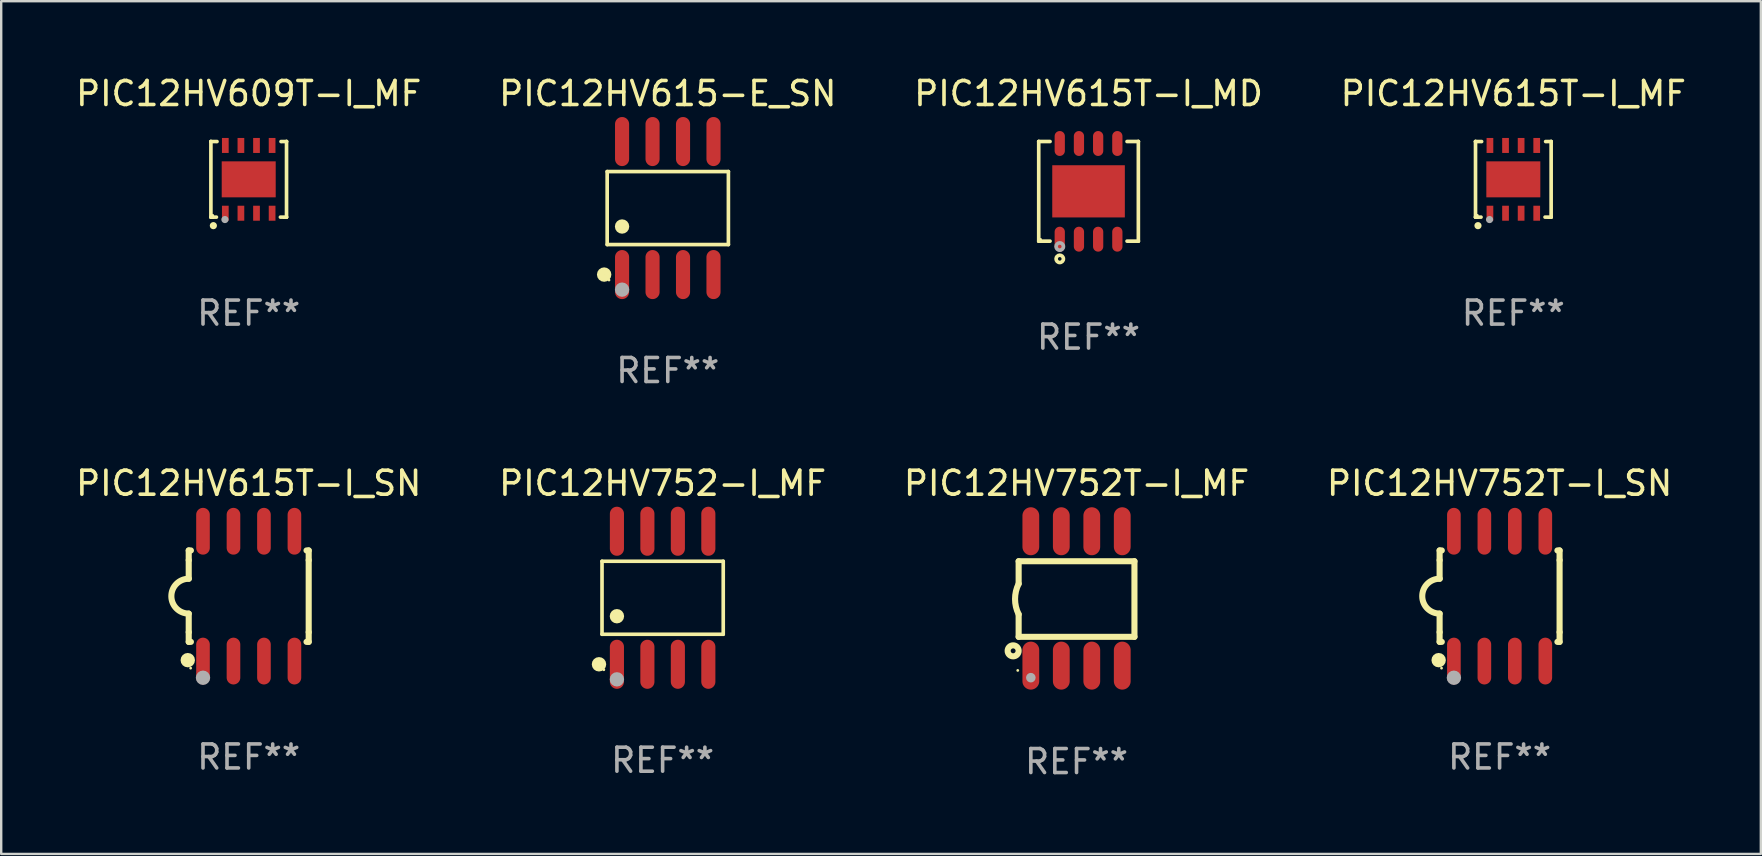
<source format=kicad_pcb>
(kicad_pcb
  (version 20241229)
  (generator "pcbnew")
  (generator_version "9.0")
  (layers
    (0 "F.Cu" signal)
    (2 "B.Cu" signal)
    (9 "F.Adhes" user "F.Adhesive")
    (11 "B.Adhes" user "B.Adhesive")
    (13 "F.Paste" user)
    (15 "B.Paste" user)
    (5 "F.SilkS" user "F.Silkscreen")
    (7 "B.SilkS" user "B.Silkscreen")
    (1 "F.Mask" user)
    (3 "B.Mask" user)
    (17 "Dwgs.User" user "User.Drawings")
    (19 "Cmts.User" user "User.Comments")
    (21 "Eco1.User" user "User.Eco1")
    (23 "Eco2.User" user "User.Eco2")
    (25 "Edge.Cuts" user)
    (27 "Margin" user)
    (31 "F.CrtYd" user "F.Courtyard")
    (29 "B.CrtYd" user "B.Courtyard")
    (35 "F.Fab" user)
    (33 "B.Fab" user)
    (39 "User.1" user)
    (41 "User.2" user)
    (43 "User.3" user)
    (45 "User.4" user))
  (footprint "PIC12HV609T-I_MF"
    (layer "F.Cu")
    (at 7.315 4.424)
    (property "Reference" "PIC12HV609T-I_MF" (at 0 -3.576 0) (layer "F.SilkS") (effects (font (size 1 1) (thickness 0.15))))
    (attr through_hole)
    (fp_line (start -1.576 -1.576) (end -1.576 -1.576) (stroke (width 0.152) (type solid)) (layer "F.SilkS"))
    (fp_line (start -1.576 -1.576) (end -1.576 1.576) (stroke (width 0.152) (type solid)) (layer "F.SilkS"))
    (fp_line (start -1.576 1.576) (end -1.576 1.576) (stroke (width 0.152) (type solid)) (layer "F.SilkS"))
    (fp_line (start -1.576 1.576) (end -1.346 1.575) (stroke (width 0.152) (type solid)) (layer "F.SilkS"))
    (fp_line (start -1.321 -1.575) (end -1.576 -1.576) (stroke (width 0.152) (type solid)) (layer "F.SilkS"))
    (fp_line (start 1.321 1.575) (end 1.576 1.576) (stroke (width 0.152) (type solid)) (layer "F.SilkS"))
    (fp_line (start 1.576 -1.576) (end 1.346 -1.575) (stroke (width 0.152) (type solid)) (layer "F.SilkS"))
    (fp_line (start 1.576 -1.576) (end 1.576 -1.576) (stroke (width 0.152) (type solid)) (layer "F.SilkS"))
    (fp_line (start 1.576 1.576) (end 1.576 -1.576) (stroke (width 0.152) (type solid)) (layer "F.SilkS"))
    (fp_line (start 1.576 1.576) (end 1.576 1.576) (stroke (width 0.152) (type solid)) (layer "F.SilkS"))
    (fp_circle (center -1.5 1.5) (end -1.47 1.5) (stroke (width 0.06) (type solid)) (fill no) (layer "F.SilkS"))
    (fp_circle (center -1.473 1.93) (end -1.398 1.93) (stroke (width 0.15) (type solid)) (fill no) (layer "F.SilkS"))
    (fp_circle (center -0.991 1.676) (end -0.916 1.676) (stroke (width 0.15) (type solid)) (fill no) (layer "F.Fab"))
    (fp_text user "REF**" (at 0 5.576 0) (layer "F.Fab") (effects (font (size 1 1) (thickness 0.15))))
    (pad "1" smd rect (at -0.975 1.412) (size 0.28 0.625) (layers "F.Cu" "F.Mask" "F.Paste"))
    (pad "2" smd rect (at -0.325 1.412) (size 0.28 0.625) (layers "F.Cu" "F.Mask" "F.Paste"))
    (pad "3" smd rect (at 0.325 1.412) (size 0.28 0.625) (layers "F.Cu" "F.Mask" "F.Paste"))
    (pad "4" smd rect (at 0.975 1.412) (size 0.28 0.625) (layers "F.Cu" "F.Mask" "F.Paste"))
    (pad "5" smd rect (at 0.975 -1.412) (size 0.28 0.625) (layers "F.Cu" "F.Mask" "F.Paste"))
    (pad "6" smd rect (at 0.325 -1.412) (size 0.28 0.625) (layers "F.Cu" "F.Mask" "F.Paste"))
    (pad "7" smd rect (at -0.325 -1.412) (size 0.28 0.625) (layers "F.Cu" "F.Mask" "F.Paste"))
    (pad "8" smd rect (at -0.975 -1.412) (size 0.28 0.625) (layers "F.Cu" "F.Mask" "F.Paste"))
    (pad "9" smd rect (at 0 0) (size 2.25 1.5) (layers "F.Cu" "F.Mask" "F.Paste")))
  (footprint "PIC12HV615T-I_SN"
    (layer "F.Cu")
    (at 7.315 21.795)
    (property "Reference" "PIC12HV615T-I_SN" (at 0 -4.705 0) (layer "F.SilkS") (effects (font (size 1 1) (thickness 0.15))))
    (attr through_hole)
    (fp_line (start -2.5 -1.905) (end -2.409 -1.905) (stroke (width 0.254) (type solid)) (layer "F.SilkS"))
    (fp_line (start -2.5 -1.5) (end -2.5 -1.905) (stroke (width 0.254) (type solid)) (layer "F.SilkS"))
    (fp_line (start -2.5 -1.5) (end -2.5 -0.726) (stroke (width 0.254) (type solid)) (layer "F.SilkS"))
    (fp_line (start -2.5 1.5) (end -2.5 0.727) (stroke (width 0.254) (type solid)) (layer "F.SilkS"))
    (fp_line (start -2.5 1.5) (end -2.5 1.905) (stroke (width 0.254) (type solid)) (layer "F.SilkS"))
    (fp_line (start -2.5 1.905) (end -2.409 1.905) (stroke (width 0.254) (type solid)) (layer "F.SilkS"))
    (fp_line (start 2.5 -1.905) (end 2.409 -1.905) (stroke (width 0.254) (type solid)) (layer "F.SilkS"))
    (fp_line (start 2.5 -1.5) (end 2.5 -1.905) (stroke (width 0.254) (type solid)) (layer "F.SilkS"))
    (fp_line (start 2.5 -1.5) (end 2.5 1.5) (stroke (width 0.254) (type solid)) (layer "F.SilkS"))
    (fp_line (start 2.5 1.5) (end 2.5 1.905) (stroke (width 0.254) (type solid)) (layer "F.SilkS"))
    (fp_line (start 2.5 1.905) (end 2.409 1.905) (stroke (width 0.254) (type solid)) (layer "F.SilkS"))
    (fp_arc (start -2.5 0.726568) (mid -3.220316 -0.0023) (end -2.495097 -0.726289) (stroke (width 0.254001) (type solid)) (layer "F.SilkS"))
    (fp_circle (center -2.54 2.667) (end -2.39 2.667) (stroke (width 0.3) (type solid)) (fill no) (layer "F.SilkS"))
    (fp_circle (center -2.42 3) (end -2.39 3) (stroke (width 0.06) (type solid)) (fill no) (layer "F.SilkS"))
    (fp_circle (center -1.905 3.4) (end -1.755 3.4) (stroke (width 0.3) (type solid)) (fill no) (layer "F.Fab"))
    (fp_text user "REF**" (at 0 6.705 0) (layer "F.Fab") (effects (font (size 1 1) (thickness 0.15))))
    (pad "1" smd oval (at -1.905 2.705) (size 0.568 1.95) (layers "F.Cu" "F.Mask" "F.Paste"))
    (pad "2" smd oval (at -0.635 2.705) (size 0.568 1.95) (layers "F.Cu" "F.Mask" "F.Paste"))
    (pad "3" smd oval (at 0.635 2.705) (size 0.568 1.95) (layers "F.Cu" "F.Mask" "F.Paste"))
    (pad "4" smd oval (at 1.905 2.705) (size 0.568 1.95) (layers "F.Cu" "F.Mask" "F.Paste"))
    (pad "5" smd oval (at 1.905 -2.705) (size 0.568 1.95) (layers "F.Cu" "F.Mask" "F.Paste"))
    (pad "6" smd oval (at 0.635 -2.705) (size 0.568 1.95) (layers "F.Cu" "F.Mask" "F.Paste"))
    (pad "7" smd oval (at -0.635 -2.705) (size 0.568 1.95) (layers "F.Cu" "F.Mask" "F.Paste"))
    (pad "8" smd oval (at -1.905 -2.705) (size 0.568 1.95) (layers "F.Cu" "F.Mask" "F.Paste")))
  (footprint "PIC12HV752T-I_SN"
    (layer "F.Cu")
    (at 59.446 21.795)
    (property "Reference" "PIC12HV752T-I_SN" (at 0 -4.705 0) (layer "F.SilkS") (effects (font (size 1 1) (thickness 0.15))))
    (attr through_hole)
    (fp_line (start -2.5 -1.905) (end -2.409 -1.905) (stroke (width 0.254) (type solid)) (layer "F.SilkS"))
    (fp_line (start -2.5 -1.5) (end -2.5 -1.905) (stroke (width 0.254) (type solid)) (layer "F.SilkS"))
    (fp_line (start -2.5 -1.5) (end -2.5 -0.726) (stroke (width 0.254) (type solid)) (layer "F.SilkS"))
    (fp_line (start -2.5 1.5) (end -2.5 0.727) (stroke (width 0.254) (type solid)) (layer "F.SilkS"))
    (fp_line (start -2.5 1.5) (end -2.5 1.905) (stroke (width 0.254) (type solid)) (layer "F.SilkS"))
    (fp_line (start -2.5 1.905) (end -2.409 1.905) (stroke (width 0.254) (type solid)) (layer "F.SilkS"))
    (fp_line (start 2.5 -1.905) (end 2.409 -1.905) (stroke (width 0.254) (type solid)) (layer "F.SilkS"))
    (fp_line (start 2.5 -1.5) (end 2.5 -1.905) (stroke (width 0.254) (type solid)) (layer "F.SilkS"))
    (fp_line (start 2.5 -1.5) (end 2.5 1.5) (stroke (width 0.254) (type solid)) (layer "F.SilkS"))
    (fp_line (start 2.5 1.5) (end 2.5 1.905) (stroke (width 0.254) (type solid)) (layer "F.SilkS"))
    (fp_line (start 2.5 1.905) (end 2.409 1.905) (stroke (width 0.254) (type solid)) (layer "F.SilkS"))
    (fp_arc (start -2.5 0.726568) (mid -3.220316 -0.0023) (end -2.495097 -0.726289) (stroke (width 0.254001) (type solid)) (layer "F.SilkS"))
    (fp_circle (center -2.54 2.667) (end -2.39 2.667) (stroke (width 0.3) (type solid)) (fill no) (layer "F.SilkS"))
    (fp_circle (center -2.42 3) (end -2.39 3) (stroke (width 0.06) (type solid)) (fill no) (layer "F.SilkS"))
    (fp_circle (center -1.905 3.4) (end -1.755 3.4) (stroke (width 0.3) (type solid)) (fill no) (layer "F.Fab"))
    (fp_text user "REF**" (at 0 6.705 0) (layer "F.Fab") (effects (font (size 1 1) (thickness 0.15))))
    (pad "1" smd oval (at -1.905 2.705) (size 0.568 1.95) (layers "F.Cu" "F.Mask" "F.Paste"))
    (pad "2" smd oval (at -0.635 2.705) (size 0.568 1.95) (layers "F.Cu" "F.Mask" "F.Paste"))
    (pad "3" smd oval (at 0.635 2.705) (size 0.568 1.95) (layers "F.Cu" "F.Mask" "F.Paste"))
    (pad "4" smd oval (at 1.905 2.705) (size 0.568 1.95) (layers "F.Cu" "F.Mask" "F.Paste"))
    (pad "5" smd oval (at 1.905 -2.705) (size 0.568 1.95) (layers "F.Cu" "F.Mask" "F.Paste"))
    (pad "6" smd oval (at 0.635 -2.705) (size 0.568 1.95) (layers "F.Cu" "F.Mask" "F.Paste"))
    (pad "7" smd oval (at -0.635 -2.705) (size 0.568 1.95) (layers "F.Cu" "F.Mask" "F.Paste"))
    (pad "8" smd oval (at -1.905 -2.705) (size 0.568 1.95) (layers "F.Cu" "F.Mask" "F.Paste")))
  (footprint "PIC12HV615T-I_MF"
    (layer "F.Cu")
    (at 60.018 4.424)
    (property "Reference" "PIC12HV615T-I_MF" (at 0 -3.576 0) (layer "F.SilkS") (effects (font (size 1 1) (thickness 0.15))))
    (attr through_hole)
    (fp_line (start -1.576 -1.576) (end -1.576 -1.576) (stroke (width 0.152) (type solid)) (layer "F.SilkS"))
    (fp_line (start -1.576 -1.576) (end -1.576 1.576) (stroke (width 0.152) (type solid)) (layer "F.SilkS"))
    (fp_line (start -1.576 1.576) (end -1.576 1.576) (stroke (width 0.152) (type solid)) (layer "F.SilkS"))
    (fp_line (start -1.576 1.576) (end -1.346 1.575) (stroke (width 0.152) (type solid)) (layer "F.SilkS"))
    (fp_line (start -1.321 -1.575) (end -1.576 -1.576) (stroke (width 0.152) (type solid)) (layer "F.SilkS"))
    (fp_line (start 1.321 1.575) (end 1.576 1.576) (stroke (width 0.152) (type solid)) (layer "F.SilkS"))
    (fp_line (start 1.576 -1.576) (end 1.346 -1.575) (stroke (width 0.152) (type solid)) (layer "F.SilkS"))
    (fp_line (start 1.576 -1.576) (end 1.576 -1.576) (stroke (width 0.152) (type solid)) (layer "F.SilkS"))
    (fp_line (start 1.576 1.576) (end 1.576 -1.576) (stroke (width 0.152) (type solid)) (layer "F.SilkS"))
    (fp_line (start 1.576 1.576) (end 1.576 1.576) (stroke (width 0.152) (type solid)) (layer "F.SilkS"))
    (fp_circle (center -1.5 1.5) (end -1.47 1.5) (stroke (width 0.06) (type solid)) (fill no) (layer "F.SilkS"))
    (fp_circle (center -1.473 1.93) (end -1.398 1.93) (stroke (width 0.15) (type solid)) (fill no) (layer "F.SilkS"))
    (fp_circle (center -0.991 1.676) (end -0.916 1.676) (stroke (width 0.15) (type solid)) (fill no) (layer "F.Fab"))
    (fp_text user "REF**" (at 0 5.576 0) (layer "F.Fab") (effects (font (size 1 1) (thickness 0.15))))
    (pad "1" smd rect (at -0.975 1.412) (size 0.28 0.625) (layers "F.Cu" "F.Mask" "F.Paste"))
    (pad "2" smd rect (at -0.325 1.412) (size 0.28 0.625) (layers "F.Cu" "F.Mask" "F.Paste"))
    (pad "3" smd rect (at 0.325 1.412) (size 0.28 0.625) (layers "F.Cu" "F.Mask" "F.Paste"))
    (pad "4" smd rect (at 0.975 1.412) (size 0.28 0.625) (layers "F.Cu" "F.Mask" "F.Paste"))
    (pad "5" smd rect (at 0.975 -1.412) (size 0.28 0.625) (layers "F.Cu" "F.Mask" "F.Paste"))
    (pad "6" smd rect (at 0.325 -1.412) (size 0.28 0.625) (layers "F.Cu" "F.Mask" "F.Paste"))
    (pad "7" smd rect (at -0.325 -1.412) (size 0.28 0.625) (layers "F.Cu" "F.Mask" "F.Paste"))
    (pad "8" smd rect (at -0.975 -1.412) (size 0.28 0.625) (layers "F.Cu" "F.Mask" "F.Paste"))
    (pad "9" smd rect (at 0 0) (size 2.25 1.5) (layers "F.Cu" "F.Mask" "F.Paste")))
  (footprint "PIC12HV752T-I_MF"
    (layer "F.Cu")
    (at 41.815 21.89)
    (property "Reference" "PIC12HV752T-I_MF" (at 0 -4.8 0) (layer "F.SilkS") (effects (font (size 1 1) (thickness 0.15))))
    (attr through_hole)
    (fp_line (start -2.413 -1.55) (end -2.413 -0.61) (stroke (width 0.254) (type solid)) (layer "F.SilkS"))
    (fp_line (start -2.413 0.66) (end -2.413 1.6) (stroke (width 0.254) (type solid)) (layer "F.SilkS"))
    (fp_line (start -2.413 1.6) (end 2.413 1.6) (stroke (width 0.254) (type solid)) (layer "F.SilkS"))
    (fp_line (start 2.413 -1.55) (end -2.413 -1.55) (stroke (width 0.254) (type solid)) (layer "F.SilkS"))
    (fp_line (start 2.413 1.6) (end 2.413 -1.55) (stroke (width 0.254) (type solid)) (layer "F.SilkS"))
    (fp_arc (start -2.413005 0.6603) (mid -2.562909 0.025298) (end -2.413005 -0.609703) (stroke (width 0.254001) (type solid)) (layer "F.SilkS"))
    (fp_circle (center -2.642 2.184) (end -2.54 2.184) (stroke (width 0.254) (type solid)) (fill no) (layer "F.SilkS"))
    (fp_circle (center -2.45 3) (end -2.42 3) (stroke (width 0.06) (type solid)) (fill no) (layer "F.SilkS"))
    (fp_circle (center -1.905 3.302) (end -1.805 3.302) (stroke (width 0.2) (type solid)) (fill no) (layer "F.Fab"))
    (fp_text user "REF**" (at 0 6.8 0) (layer "F.Fab") (effects (font (size 1 1) (thickness 0.15))))
    (pad "1" smd oval (at -1.905 2.8 180) (size 0.7 2) (layers "F.Cu" "F.Mask" "F.Paste"))
    (pad "2" smd oval (at -0.635 2.8 180) (size 0.7 2) (layers "F.Cu" "F.Mask" "F.Paste"))
    (pad "3" smd oval (at 0.635 2.8 180) (size 0.7 2) (layers "F.Cu" "F.Mask" "F.Paste"))
    (pad "4" smd oval (at 1.905 2.8 180) (size 0.7 2) (layers "F.Cu" "F.Mask" "F.Paste"))
    (pad "5" smd oval (at 1.905 -2.8 180) (size 0.7 2) (layers "F.Cu" "F.Mask" "F.Paste"))
    (pad "6" smd oval (at 0.635 -2.8 180) (size 0.7 2) (layers "F.Cu" "F.Mask" "F.Paste"))
    (pad "7" smd oval (at -0.635 -2.8 180) (size 0.7 2) (layers "F.Cu" "F.Mask" "F.Paste"))
    (pad "8" smd oval (at -1.905 -2.8 180) (size 0.7 2) (layers "F.Cu" "F.Mask" "F.Paste")))
  (footprint "PIC12HV752-I_MF"
    (layer "F.Cu")
    (at 24.565 21.862)
    (property "Reference" "PIC12HV752-I_MF" (at 0 -4.772 0) (layer "F.SilkS") (effects (font (size 1 1) (thickness 0.15))))
    (attr through_hole)
    (fp_line (start -2.526 -1.521) (end 2.526 -1.521) (stroke (width 0.152) (type solid)) (layer "F.SilkS"))
    (fp_line (start -2.526 1.521) (end -2.526 -1.521) (stroke (width 0.152) (type solid)) (layer "F.SilkS"))
    (fp_line (start 2.526 -1.521) (end 2.526 1.521) (stroke (width 0.152) (type solid)) (layer "F.SilkS"))
    (fp_line (start 2.526 1.521) (end -2.526 1.521) (stroke (width 0.152) (type solid)) (layer "F.SilkS"))
    (fp_circle (center -2.652 2.772) (end -2.501 2.772) (stroke (width 0.3) (type solid)) (fill no) (layer "F.SilkS"))
    (fp_circle (center -2.45 3) (end -2.42 3) (stroke (width 0.06) (type solid)) (fill no) (layer "F.SilkS"))
    (fp_circle (center -1.905 0.769) (end -1.755 0.769) (stroke (width 0.3) (type solid)) (fill no) (layer "F.SilkS"))
    (fp_circle (center -1.905 3.4) (end -1.755 3.4) (stroke (width 0.3) (type solid)) (fill no) (layer "F.Fab"))
    (fp_text user "REF**" (at 0 6.772 0) (layer "F.Fab") (effects (font (size 1 1) (thickness 0.15))))
    (pad "1" smd oval (at -1.905 2.772) (size 0.588 2.045) (layers "F.Cu" "F.Mask" "F.Paste"))
    (pad "2" smd oval (at -0.635 2.772) (size 0.588 2.045) (layers "F.Cu" "F.Mask" "F.Paste"))
    (pad "3" smd oval (at 0.635 2.772) (size 0.588 2.045) (layers "F.Cu" "F.Mask" "F.Paste"))
    (pad "4" smd oval (at 1.905 2.772) (size 0.588 2.045) (layers "F.Cu" "F.Mask" "F.Paste"))
    (pad "5" smd oval (at 1.905 -2.772) (size 0.588 2.045) (layers "F.Cu" "F.Mask" "F.Paste"))
    (pad "6" smd oval (at 0.635 -2.772) (size 0.588 2.045) (layers "F.Cu" "F.Mask" "F.Paste"))
    (pad "7" smd oval (at -0.635 -2.772) (size 0.588 2.045) (layers "F.Cu" "F.Mask" "F.Paste"))
    (pad "8" smd oval (at -1.905 -2.772) (size 0.588 2.045) (layers "F.Cu" "F.Mask" "F.Paste")))
  (footprint "PIC12HV615T-I_MD"
    (layer "F.Cu")
    (at 42.315 4.924)
    (property "Reference" "PIC12HV615T-I_MD" (at 0 -4.076 0) (layer "F.SilkS") (effects (font (size 1 1) (thickness 0.15))))
    (attr through_hole)
    (fp_line (start -2.076 -2.076) (end -2.076 -2.076) (stroke (width 0.152) (type solid)) (layer "F.SilkS"))
    (fp_line (start -2.076 -2.076) (end -1.604 -2.076) (stroke (width 0.152) (type solid)) (layer "F.SilkS"))
    (fp_line (start -2.076 2.076) (end -2.076 -2.076) (stroke (width 0.152) (type solid)) (layer "F.SilkS"))
    (fp_line (start -2.076 2.076) (end -2.076 2.076) (stroke (width 0.152) (type solid)) (layer "F.SilkS"))
    (fp_line (start -1.604 2.076) (end -2.076 2.076) (stroke (width 0.152) (type solid)) (layer "F.SilkS"))
    (fp_line (start 1.604 2.076) (end 2.076 2.076) (stroke (width 0.152) (type solid)) (layer "F.SilkS"))
    (fp_line (start 2.076 -2.076) (end 1.604 -2.076) (stroke (width 0.152) (type solid)) (layer "F.SilkS"))
    (fp_line (start 2.076 -2.076) (end 2.076 -2.076) (stroke (width 0.152) (type solid)) (layer "F.SilkS"))
    (fp_line (start 2.076 2.076) (end 2.076 -2.076) (stroke (width 0.152) (type solid)) (layer "F.SilkS"))
    (fp_line (start 2.076 2.076) (end 2.076 2.076) (stroke (width 0.152) (type solid)) (layer "F.SilkS"))
    (fp_circle (center -2 2) (end -1.97 2) (stroke (width 0.06) (type solid)) (fill no) (layer "F.SilkS"))
    (fp_circle (center -1.2 2.814) (end -1.124 2.814) (stroke (width 0.153) (type solid)) (fill no) (layer "F.SilkS"))
    (fp_circle (center -1.2 2.3) (end -1.124 2.3) (stroke (width 0.153) (type solid)) (fill no) (layer "F.Fab"))
    (fp_text user "REF**" (at 0 6.076 0) (layer "F.Fab") (effects (font (size 1 1) (thickness 0.15))))
    (pad "1" smd oval (at -1.2 1.994) (size 0.427 1.039) (layers "F.Cu" "F.Mask" "F.Paste"))
    (pad "2" smd oval (at -0.4 1.994) (size 0.427 1.039) (layers "F.Cu" "F.Mask" "F.Paste"))
    (pad "3" smd oval (at 0.4 1.994) (size 0.427 1.039) (layers "F.Cu" "F.Mask" "F.Paste"))
    (pad "4" smd oval (at 1.2 1.994) (size 0.427 1.039) (layers "F.Cu" "F.Mask" "F.Paste"))
    (pad "5" smd oval (at 1.2 -1.994) (size 0.427 1.039) (layers "F.Cu" "F.Mask" "F.Paste"))
    (pad "6" smd oval (at 0.4 -1.994) (size 0.427 1.039) (layers "F.Cu" "F.Mask" "F.Paste"))
    (pad "7" smd oval (at -0.4 -1.994) (size 0.427 1.039) (layers "F.Cu" "F.Mask" "F.Paste"))
    (pad "8" smd oval (at -1.2 -1.994) (size 0.427 1.039) (layers "F.Cu" "F.Mask" "F.Paste"))
    (pad "9" smd rect (at 0 0) (size 3.025 2.175) (layers "F.Cu" "F.Mask" "F.Paste")))
  (footprint "PIC12HV615-E_SN"
    (layer "F.Cu")
    (at 24.78 5.621)
    (property "Reference" "PIC12HV615-E_SN" (at 0 -4.772 0) (layer "F.SilkS") (effects (font (size 1 1) (thickness 0.15))))
    (attr through_hole)
    (fp_line (start -2.526 -1.521) (end 2.526 -1.521) (stroke (width 0.152) (type solid)) (layer "F.SilkS"))
    (fp_line (start -2.526 1.521) (end -2.526 -1.521) (stroke (width 0.152) (type solid)) (layer "F.SilkS"))
    (fp_line (start 2.526 -1.521) (end 2.526 1.521) (stroke (width 0.152) (type solid)) (layer "F.SilkS"))
    (fp_line (start 2.526 1.521) (end -2.526 1.521) (stroke (width 0.152) (type solid)) (layer "F.SilkS"))
    (fp_circle (center -2.652 2.772) (end -2.501 2.772) (stroke (width 0.3) (type solid)) (fill no) (layer "F.SilkS"))
    (fp_circle (center -2.45 3) (end -2.42 3) (stroke (width 0.06) (type solid)) (fill no) (layer "F.SilkS"))
    (fp_circle (center -1.905 0.769) (end -1.755 0.769) (stroke (width 0.3) (type solid)) (fill no) (layer "F.SilkS"))
    (fp_circle (center -1.905 3.4) (end -1.755 3.4) (stroke (width 0.3) (type solid)) (fill no) (layer "F.Fab"))
    (fp_text user "REF**" (at 0 6.772 0) (layer "F.Fab") (effects (font (size 1 1) (thickness 0.15))))
    (pad "1" smd oval (at -1.905 2.772) (size 0.588 2.045) (layers "F.Cu" "F.Mask" "F.Paste"))
    (pad "2" smd oval (at -0.635 2.772) (size 0.588 2.045) (layers "F.Cu" "F.Mask" "F.Paste"))
    (pad "3" smd oval (at 0.635 2.772) (size 0.588 2.045) (layers "F.Cu" "F.Mask" "F.Paste"))
    (pad "4" smd oval (at 1.905 2.772) (size 0.588 2.045) (layers "F.Cu" "F.Mask" "F.Paste"))
    (pad "5" smd oval (at 1.905 -2.772) (size 0.588 2.045) (layers "F.Cu" "F.Mask" "F.Paste"))
    (pad "6" smd oval (at 0.635 -2.772) (size 0.588 2.045) (layers "F.Cu" "F.Mask" "F.Paste"))
    (pad "7" smd oval (at -0.635 -2.772) (size 0.588 2.045) (layers "F.Cu" "F.Mask" "F.Paste"))
    (pad "8" smd oval (at -1.905 -2.772) (size 0.588 2.045) (layers "F.Cu" "F.Mask" "F.Paste")))
  (gr_rect
    (start -3 -3)
    (end 70.333 32.538)
    (stroke (width 0.1) (type default))
    (fill no)
    (layer "Edge.Cuts")))
</source>
